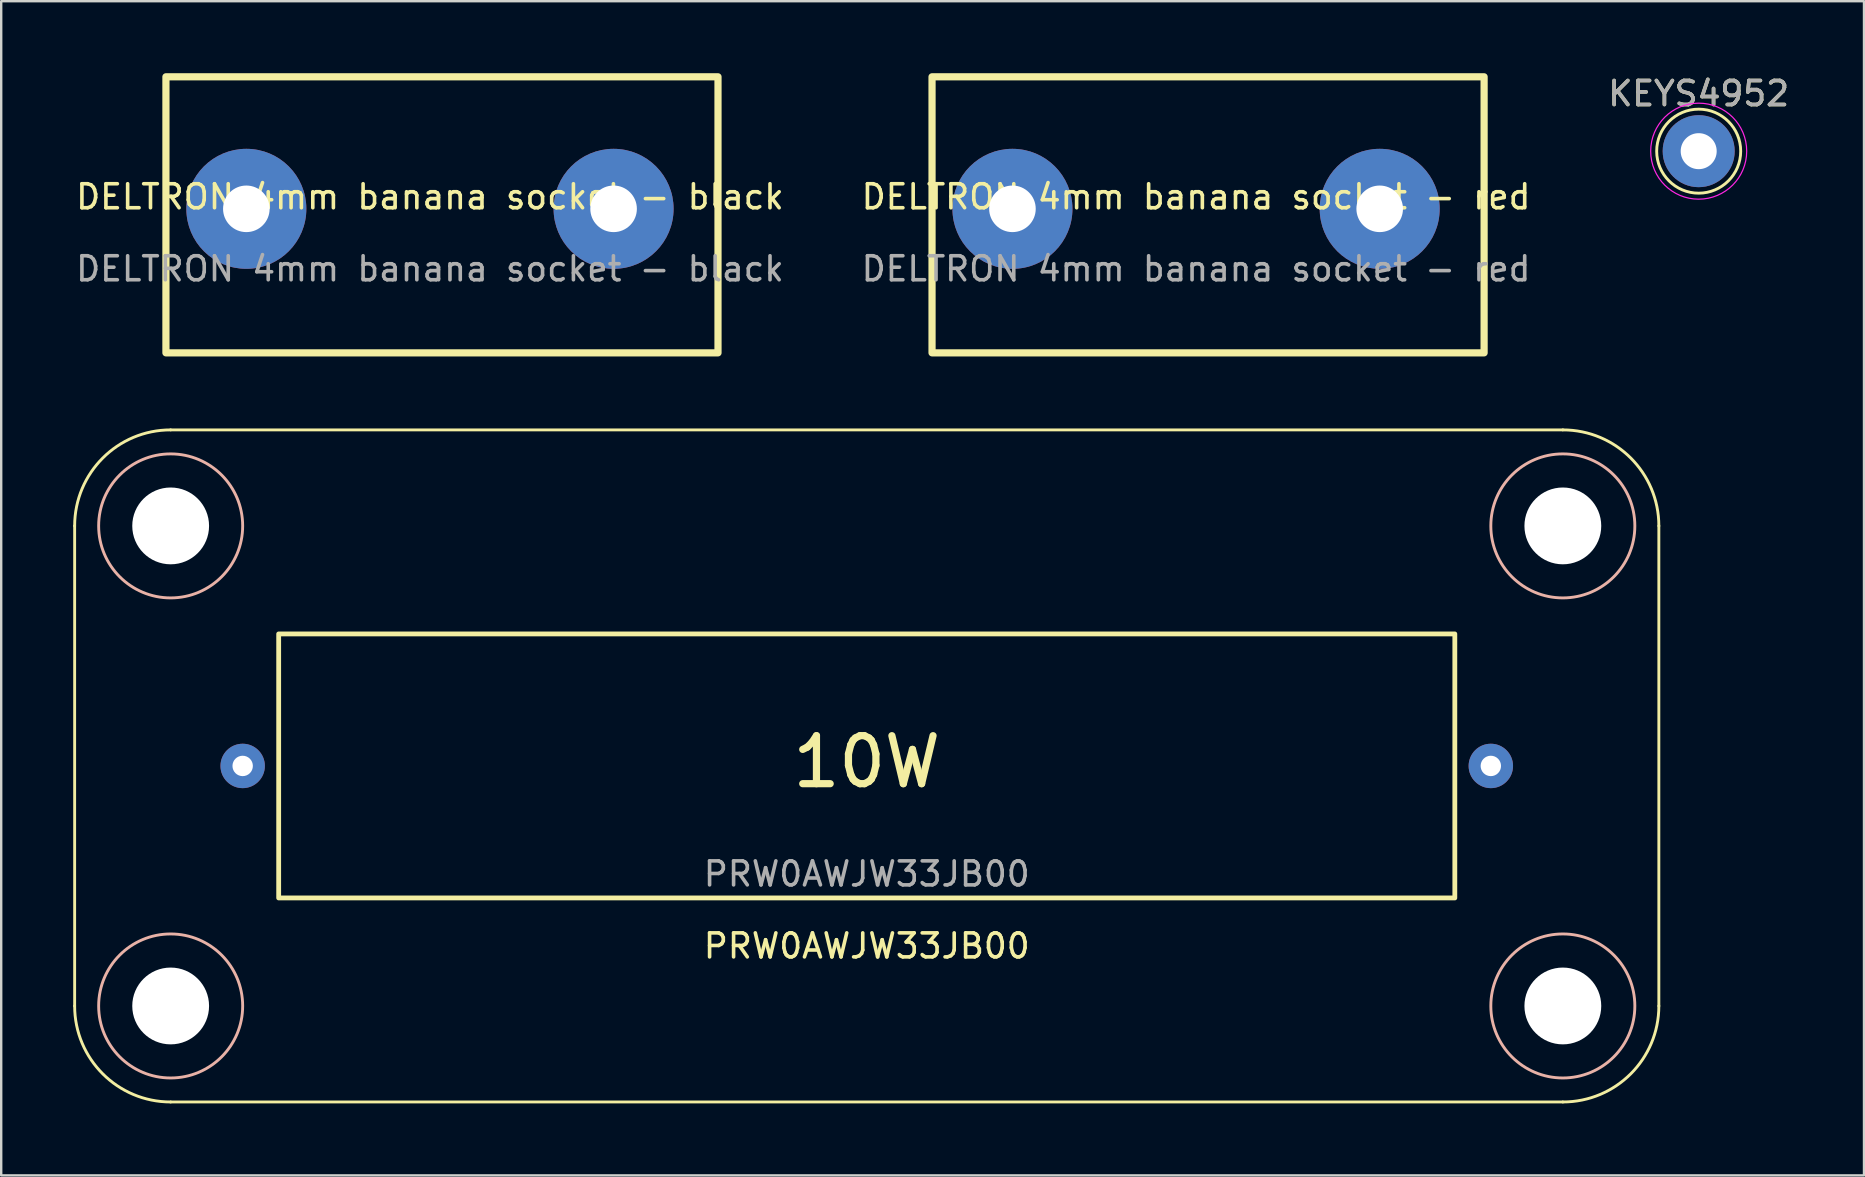
<source format=kicad_pcb>
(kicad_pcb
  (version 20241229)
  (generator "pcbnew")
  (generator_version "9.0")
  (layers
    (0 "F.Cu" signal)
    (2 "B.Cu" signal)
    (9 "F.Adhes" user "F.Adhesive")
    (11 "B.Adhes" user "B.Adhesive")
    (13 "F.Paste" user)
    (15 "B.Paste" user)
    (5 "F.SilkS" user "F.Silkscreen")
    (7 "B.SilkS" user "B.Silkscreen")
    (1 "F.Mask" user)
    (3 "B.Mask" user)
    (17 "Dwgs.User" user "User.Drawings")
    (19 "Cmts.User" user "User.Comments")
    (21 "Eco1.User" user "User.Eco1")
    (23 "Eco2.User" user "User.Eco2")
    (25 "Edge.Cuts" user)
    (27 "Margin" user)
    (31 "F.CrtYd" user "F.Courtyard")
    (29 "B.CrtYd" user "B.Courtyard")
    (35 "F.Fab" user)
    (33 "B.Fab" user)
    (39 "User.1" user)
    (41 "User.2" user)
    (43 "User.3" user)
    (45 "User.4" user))
  (footprint "DELTRON 4mm banana socket - red"
    (layer "F.Cu")
    (at 46.78 5.65)
    (property "Reference" "DELTRON 4mm banana socket - red" (at 0 -0.5 0) (unlocked yes) (layer "F.SilkS") (effects (font (size 1 1) (thickness 0.15))))
    (attr through_hole)
    (fp_rect (start -11 -5.5) (end 12 6) (stroke (width 0.3) (type default)) (fill no) (layer "F.SilkS"))
    (fp_text user "${REFERENCE}" (at 0 2.5 0) (unlocked yes) (layer "F.Fab") (effects (font (size 1 1) (thickness 0.15))))
    (pad "1" thru_hole circle (at -7.65 0) (size 5 5) (drill 1.94) (layers "*.Cu" "*.Mask"))
    (pad "1" thru_hole circle (at 7.65 0) (size 5 5) (drill 1.94) (layers "*.Cu" "*.Mask")))
  (footprint "PRW0AWJW33JB00"
    (layer "F.Cu")
    (at 33.06 28.86)
    (property "Reference" "PRW0AWJW33JB00" (at 0 7.5 0) (unlocked yes) (layer "F.SilkS") (effects (font (size 1 1) (thickness 0.15))))
    (attr through_hole)
    (fp_line (start -33 -10) (end -33 10) (stroke (width 0.12) (type default)) (layer "F.SilkS"))
    (fp_line (start -29 14) (end 29 14) (stroke (width 0.12) (type default)) (layer "F.SilkS"))
    (fp_line (start 29 -14) (end -29 -14) (stroke (width 0.12) (type default)) (layer "F.SilkS"))
    (fp_line (start 33 10) (end 33 -10) (stroke (width 0.12) (type default)) (layer "F.SilkS"))
    (fp_rect (start -24.5 -5.5) (end 24.5 5.5) (stroke (width 0.2) (type default)) (fill no) (layer "F.SilkS"))
    (fp_arc (start -33 -10) (mid -31.828427 -12.828427) (end -29 -14) (stroke (width 0.12) (type default)) (layer "F.SilkS"))
    (fp_arc (start -29 14) (mid -31.828427 12.828427) (end -33 10) (stroke (width 0.12) (type default)) (layer "F.SilkS"))
    (fp_arc (start 29 -14) (mid 31.828427 -12.828427) (end 33 -10) (stroke (width 0.12) (type default)) (layer "F.SilkS"))
    (fp_arc (start 33 10) (mid 31.828427 12.828427) (end 29 14) (stroke (width 0.12) (type default)) (layer "F.SilkS"))
    (fp_circle (center -29 -10) (end -26 -10) (stroke (width 0.12) (type default)) (fill no) (layer "B.SilkS"))
    (fp_circle (center -29 10) (end -32 10) (stroke (width 0.12) (type default)) (fill no) (layer "B.SilkS"))
    (fp_circle (center 29 -10) (end 26 -10) (stroke (width 0.12) (type default)) (fill no) (layer "B.SilkS"))
    (fp_circle (center 29 10) (end 26 10) (stroke (width 0.12) (type default)) (fill no) (layer "B.SilkS"))
    (fp_text user "10W" (at 0 1 0) (unlocked yes) (layer "F.SilkS") (effects (font (size 2 2) (thickness 0.3)) (justify bottom)))
    (fp_text user "${REFERENCE}" (at 0 4.5 0) (unlocked yes) (layer "F.Fab") (effects (font (size 1 1) (thickness 0.15))))
    (pad "" np_thru_hole circle (at -29 -10) (size 3.2 3.2) (drill 3.2) (layers "*.Cu" "*.Mask"))
    (pad "" np_thru_hole circle (at -29 10) (size 3.2 3.2) (drill 3.2) (layers "*.Cu" "*.Mask"))
    (pad "" np_thru_hole circle (at 29 -10) (size 3.2 3.2) (drill 3.2) (layers "*.Cu" "*.Mask"))
    (pad "" np_thru_hole circle (at 29 10) (size 3.2 3.2) (drill 3.2) (layers "*.Cu" "*.Mask"))
    (pad "1" thru_hole circle (at -26 0) (size 1.85 1.85) (drill 0.85) (layers "*.Cu" "*.Mask"))
    (pad "2" thru_hole circle (at 26 0) (size 1.85 1.85) (drill 0.85) (layers "*.Cu" "*.Mask")))
  (footprint "KEYS4952"
    (layer "F.Cu")
    (at 67.72 3.248)
    (property "Reference" "KEYS4952" (at 0 -2.398 0) (layer "F.SilkS") (effects (font (size 1 1) (thickness 0.15))))
    (attr exclude_from_pos_files exclude_from_bom)
    (fp_circle (center 0 0) (end 0 1.75) (stroke (width 0.12) (type solid)) (fill no) (layer "F.SilkS"))
    (fp_circle (center 0 0) (end 2 0) (stroke (width 0.05) (type solid)) (fill no) (layer "F.CrtYd"))
    (fp_text user "${REFERENCE}" (at 0 -2.4 0) (layer "F.Fab") (effects (font (size 1 1) (thickness 0.15))))
    (pad "1" thru_hole circle (at 0 0) (size 3 3) (drill 1.5) (layers "*.Cu" "*.Mask")))
  (footprint "DELTRON 4mm banana socket - black"
    (layer "F.Cu")
    (at 14.863 5.65)
    (property "Reference" "DELTRON 4mm banana socket - black" (at 0 -0.5 0) (unlocked yes) (layer "F.SilkS") (effects (font (size 1 1) (thickness 0.15))))
    (attr through_hole)
    (fp_rect (start -11 -5.5) (end 12 6) (stroke (width 0.3) (type default)) (fill no) (layer "F.SilkS"))
    (fp_text user "${REFERENCE}" (at 0 2.5 0) (unlocked yes) (layer "F.Fab") (effects (font (size 1 1) (thickness 0.15))))
    (pad "1" thru_hole circle (at -7.65 0) (size 5 5) (drill 1.94) (layers "*.Cu" "*.Mask"))
    (pad "1" thru_hole circle (at 7.65 0) (size 5 5) (drill 1.94) (layers "*.Cu" "*.Mask")))
  (gr_rect
    (start -3 -3)
    (end 74.607 45.92)
    (stroke (width 0.1) (type default))
    (fill no)
    (layer "Edge.Cuts")))
</source>
